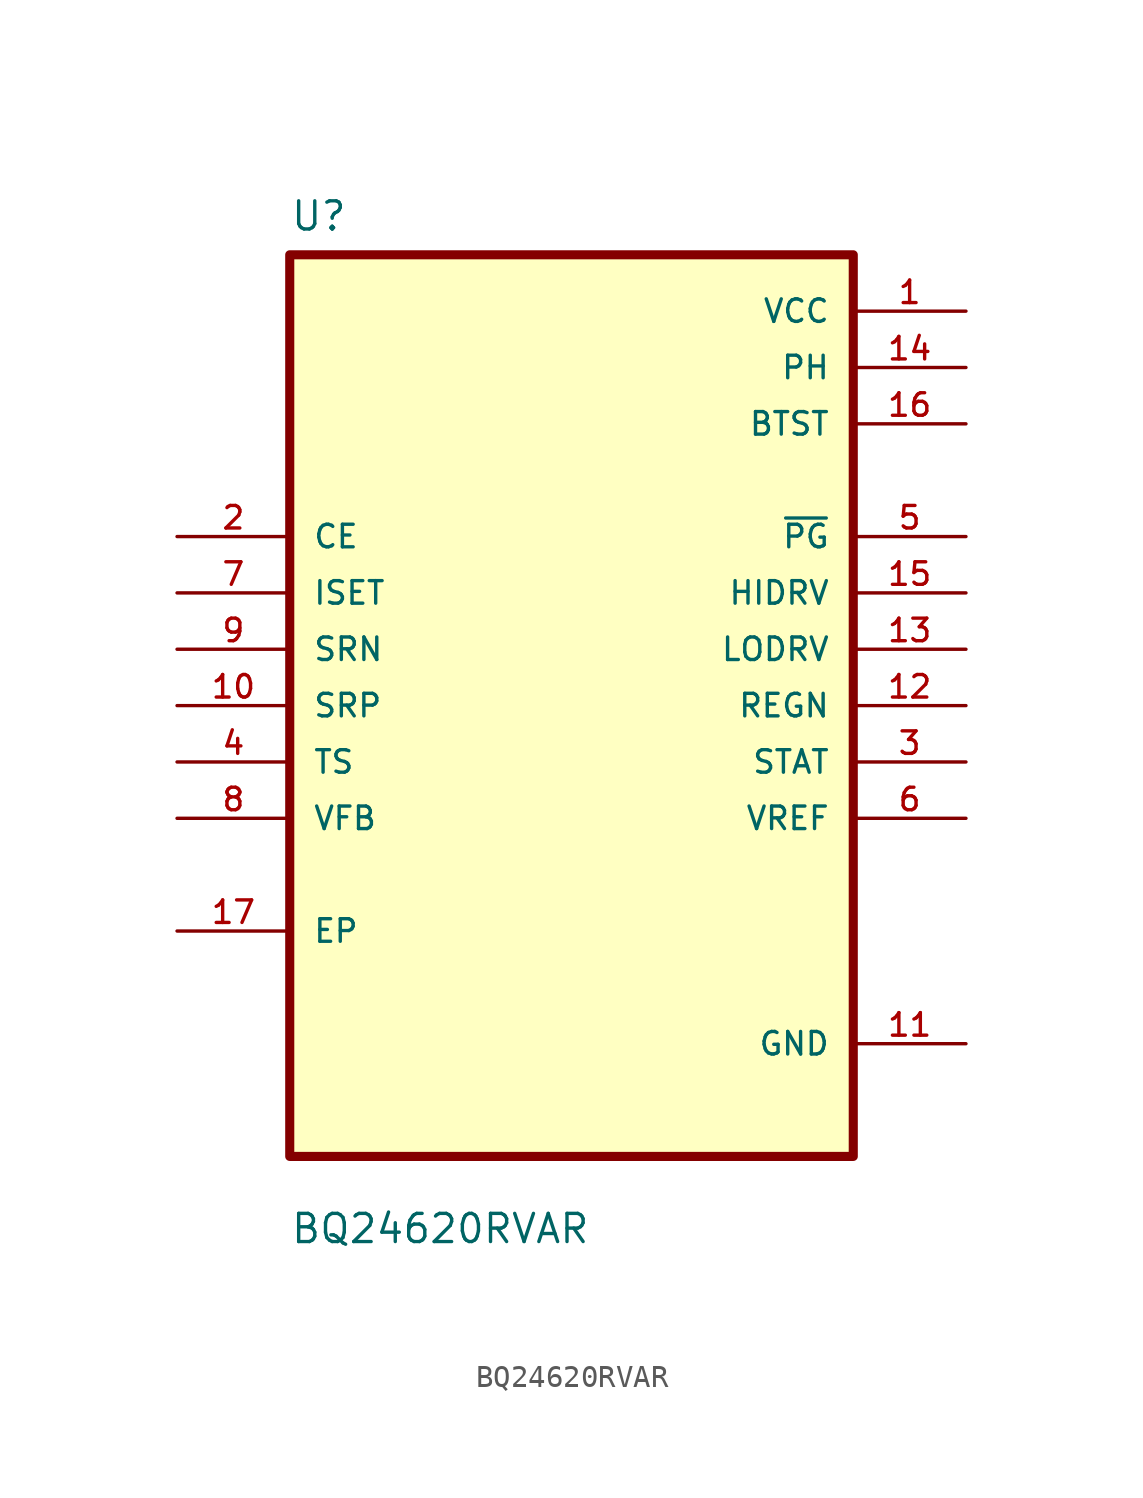
<source format=kicad_sym>
(kicad_symbol_lib
  (version 20211014)
  (generator kicad_symbol_editor)
  (symbol "BQ24620RVAR"
    (pin_names
      (offset 1.016))
    (property "Reference" "U"
      (at -12.7 21.32 0.0)
      (effects (font (size 1.27 1.27)) (justify bottom left)))
    (property "Value" "BQ24620RVAR"
      (at -12.7 -24.32 0.0)
      (effects (font (size 1.27 1.27)) (justify bottom left)))
    (symbol "BQ24620RVAR_0_0"
      (rectangle (start -12.7 -20.32) (end 12.7 20.32) (stroke (width 0.41)) (fill (type background)))
      (pin input line (at -17.78 7.62 0) (length 5.08) (name "CE" (effects (font (size 1.016 1.016)))) (number "2" (effects (font (size 1.016 1.016)))))
      (pin input line (at -17.78 5.08 0) (length 5.08) (name "ISET" (effects (font (size 1.016 1.016)))) (number "7" (effects (font (size 1.016 1.016)))))
      (pin input line (at -17.78 2.54 0) (length 5.08) (name "SRN" (effects (font (size 1.016 1.016)))) (number "9" (effects (font (size 1.016 1.016)))))
      (pin input line (at -17.78 0.0 0) (length 5.08) (name "SRP" (effects (font (size 1.016 1.016)))) (number "10" (effects (font (size 1.016 1.016)))))
      (pin input line (at -17.78 -2.54 0) (length 5.08) (name "TS" (effects (font (size 1.016 1.016)))) (number "4" (effects (font (size 1.016 1.016)))))
      (pin input line (at -17.78 -5.08 0) (length 5.08) (name "VFB" (effects (font (size 1.016 1.016)))) (number "8" (effects (font (size 1.016 1.016)))))
      (pin bidirectional line (at -17.78 -10.16 0) (length 5.08) (name "EP" (effects (font (size 1.016 1.016)))) (number "17" (effects (font (size 1.016 1.016)))))
      (pin power_in line (at 17.78 17.78 180.0) (length 5.08) (name "VCC" (effects (font (size 1.016 1.016)))) (number "1" (effects (font (size 1.016 1.016)))))
      (pin power_in line (at 17.78 15.24 180.0) (length 5.08) (name "PH" (effects (font (size 1.016 1.016)))) (number "14" (effects (font (size 1.016 1.016)))))
      (pin power_in line (at 17.78 12.7 180.0) (length 5.08) (name "BTST" (effects (font (size 1.016 1.016)))) (number "16" (effects (font (size 1.016 1.016)))))
      (pin output line (at 17.78 7.62 180.0) (length 5.08) (name "~{PG}" (effects (font (size 1.016 1.016)))) (number "5" (effects (font (size 1.016 1.016)))))
      (pin output line (at 17.78 5.08 180.0) (length 5.08) (name "HIDRV" (effects (font (size 1.016 1.016)))) (number "15" (effects (font (size 1.016 1.016)))))
      (pin output line (at 17.78 2.54 180.0) (length 5.08) (name "LODRV" (effects (font (size 1.016 1.016)))) (number "13" (effects (font (size 1.016 1.016)))))
      (pin output line (at 17.78 2.66454e-15 180.0) (length 5.08) (name "REGN" (effects (font (size 1.016 1.016)))) (number "12" (effects (font (size 1.016 1.016)))))
      (pin output line (at 17.78 -2.54 180.0) (length 5.08) (name "STAT" (effects (font (size 1.016 1.016)))) (number "3" (effects (font (size 1.016 1.016)))))
      (pin output line (at 17.78 -5.08 180.0) (length 5.08) (name "VREF" (effects (font (size 1.016 1.016)))) (number "6" (effects (font (size 1.016 1.016)))))
      (pin power_in line (at 17.78 -15.24 180.0) (length 5.08) (name "GND" (effects (font (size 1.016 1.016)))) (number "11" (effects (font (size 1.016 1.016))))))))
</source>
